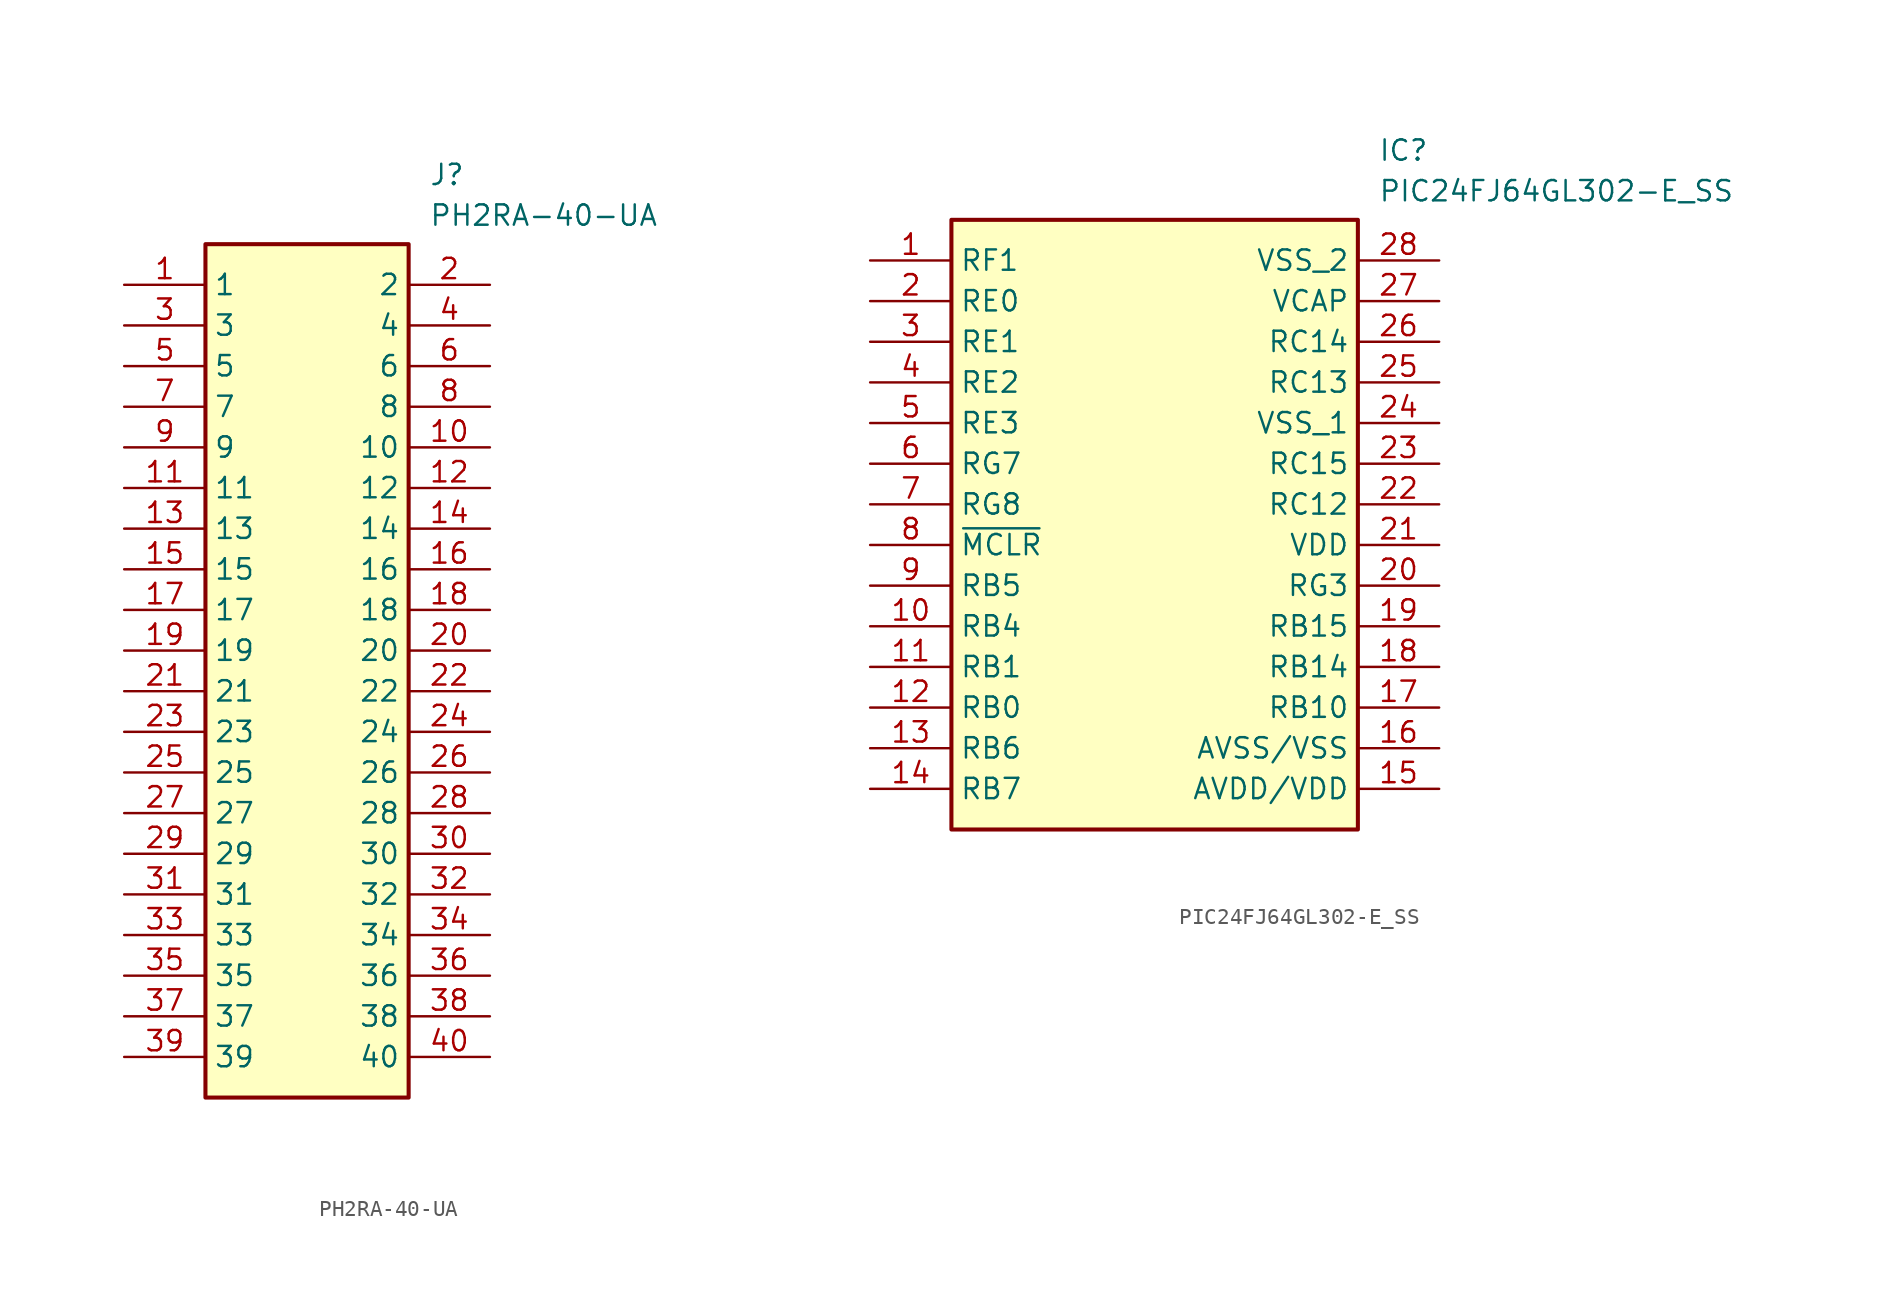
<source format=kicad_sym>
(kicad_symbol_lib
  (version 20231120)
  (generator "kicad_symbol_editor")
  (generator_version "8.0")
  (symbol "PH2RA-40-UA"
    (property "Reference" "J"
      (at 19.05 7.62 0)
      (effects (font (size 1.27 1.27)) (justify left top)))
    (property "Value" "PH2RA-40-UA"
      (at 19.05 5.08 0)
      (effects (font (size 1.27 1.27)) (justify left top)))
    (symbol "PH2RA-40-UA_1_1"
      (rectangle (start 5.08 2.54) (end 17.78 -50.8) (stroke (width 0.254) (type default)) (fill (type background)))
      (pin passive line (at 0 0 0) (length 5.08) (name "1" (effects (font (size 1.27 1.27)))) (number "1" (effects (font (size 1.27 1.27)))))
      (pin passive line (at 22.86 -10.16 180) (length 5.08) (name "10" (effects (font (size 1.27 1.27)))) (number "10" (effects (font (size 1.27 1.27)))))
      (pin passive line (at 0 -12.7 0) (length 5.08) (name "11" (effects (font (size 1.27 1.27)))) (number "11" (effects (font (size 1.27 1.27)))))
      (pin passive line (at 22.86 -12.7 180) (length 5.08) (name "12" (effects (font (size 1.27 1.27)))) (number "12" (effects (font (size 1.27 1.27)))))
      (pin passive line (at 0 -15.24 0) (length 5.08) (name "13" (effects (font (size 1.27 1.27)))) (number "13" (effects (font (size 1.27 1.27)))))
      (pin passive line (at 22.86 -15.24 180) (length 5.08) (name "14" (effects (font (size 1.27 1.27)))) (number "14" (effects (font (size 1.27 1.27)))))
      (pin passive line (at 0 -17.78 0) (length 5.08) (name "15" (effects (font (size 1.27 1.27)))) (number "15" (effects (font (size 1.27 1.27)))))
      (pin passive line (at 22.86 -17.78 180) (length 5.08) (name "16" (effects (font (size 1.27 1.27)))) (number "16" (effects (font (size 1.27 1.27)))))
      (pin passive line (at 0 -20.32 0) (length 5.08) (name "17" (effects (font (size 1.27 1.27)))) (number "17" (effects (font (size 1.27 1.27)))))
      (pin passive line (at 22.86 -20.32 180) (length 5.08) (name "18" (effects (font (size 1.27 1.27)))) (number "18" (effects (font (size 1.27 1.27)))))
      (pin passive line (at 0 -22.86 0) (length 5.08) (name "19" (effects (font (size 1.27 1.27)))) (number "19" (effects (font (size 1.27 1.27)))))
      (pin passive line (at 22.86 0 180) (length 5.08) (name "2" (effects (font (size 1.27 1.27)))) (number "2" (effects (font (size 1.27 1.27)))))
      (pin passive line (at 22.86 -22.86 180) (length 5.08) (name "20" (effects (font (size 1.27 1.27)))) (number "20" (effects (font (size 1.27 1.27)))))
      (pin passive line (at 0 -25.4 0) (length 5.08) (name "21" (effects (font (size 1.27 1.27)))) (number "21" (effects (font (size 1.27 1.27)))))
      (pin passive line (at 22.86 -25.4 180) (length 5.08) (name "22" (effects (font (size 1.27 1.27)))) (number "22" (effects (font (size 1.27 1.27)))))
      (pin passive line (at 0 -27.94 0) (length 5.08) (name "23" (effects (font (size 1.27 1.27)))) (number "23" (effects (font (size 1.27 1.27)))))
      (pin passive line (at 22.86 -27.94 180) (length 5.08) (name "24" (effects (font (size 1.27 1.27)))) (number "24" (effects (font (size 1.27 1.27)))))
      (pin passive line (at 0 -30.48 0) (length 5.08) (name "25" (effects (font (size 1.27 1.27)))) (number "25" (effects (font (size 1.27 1.27)))))
      (pin passive line (at 22.86 -30.48 180) (length 5.08) (name "26" (effects (font (size 1.27 1.27)))) (number "26" (effects (font (size 1.27 1.27)))))
      (pin passive line (at 0 -33.02 0) (length 5.08) (name "27" (effects (font (size 1.27 1.27)))) (number "27" (effects (font (size 1.27 1.27)))))
      (pin passive line (at 22.86 -33.02 180) (length 5.08) (name "28" (effects (font (size 1.27 1.27)))) (number "28" (effects (font (size 1.27 1.27)))))
      (pin passive line (at 0 -35.56 0) (length 5.08) (name "29" (effects (font (size 1.27 1.27)))) (number "29" (effects (font (size 1.27 1.27)))))
      (pin passive line (at 0 -2.54 0) (length 5.08) (name "3" (effects (font (size 1.27 1.27)))) (number "3" (effects (font (size 1.27 1.27)))))
      (pin passive line (at 22.86 -35.56 180) (length 5.08) (name "30" (effects (font (size 1.27 1.27)))) (number "30" (effects (font (size 1.27 1.27)))))
      (pin passive line (at 0 -38.1 0) (length 5.08) (name "31" (effects (font (size 1.27 1.27)))) (number "31" (effects (font (size 1.27 1.27)))))
      (pin passive line (at 22.86 -38.1 180) (length 5.08) (name "32" (effects (font (size 1.27 1.27)))) (number "32" (effects (font (size 1.27 1.27)))))
      (pin passive line (at 0 -40.64 0) (length 5.08) (name "33" (effects (font (size 1.27 1.27)))) (number "33" (effects (font (size 1.27 1.27)))))
      (pin passive line (at 22.86 -40.64 180) (length 5.08) (name "34" (effects (font (size 1.27 1.27)))) (number "34" (effects (font (size 1.27 1.27)))))
      (pin passive line (at 0 -43.18 0) (length 5.08) (name "35" (effects (font (size 1.27 1.27)))) (number "35" (effects (font (size 1.27 1.27)))))
      (pin passive line (at 22.86 -43.18 180) (length 5.08) (name "36" (effects (font (size 1.27 1.27)))) (number "36" (effects (font (size 1.27 1.27)))))
      (pin passive line (at 0 -45.72 0) (length 5.08) (name "37" (effects (font (size 1.27 1.27)))) (number "37" (effects (font (size 1.27 1.27)))))
      (pin passive line (at 22.86 -45.72 180) (length 5.08) (name "38" (effects (font (size 1.27 1.27)))) (number "38" (effects (font (size 1.27 1.27)))))
      (pin passive line (at 0 -48.26 0) (length 5.08) (name "39" (effects (font (size 1.27 1.27)))) (number "39" (effects (font (size 1.27 1.27)))))
      (pin passive line (at 22.86 -2.54 180) (length 5.08) (name "4" (effects (font (size 1.27 1.27)))) (number "4" (effects (font (size 1.27 1.27)))))
      (pin passive line (at 22.86 -48.26 180) (length 5.08) (name "40" (effects (font (size 1.27 1.27)))) (number "40" (effects (font (size 1.27 1.27)))))
      (pin passive line (at 0 -5.08 0) (length 5.08) (name "5" (effects (font (size 1.27 1.27)))) (number "5" (effects (font (size 1.27 1.27)))))
      (pin passive line (at 22.86 -5.08 180) (length 5.08) (name "6" (effects (font (size 1.27 1.27)))) (number "6" (effects (font (size 1.27 1.27)))))
      (pin passive line (at 0 -7.62 0) (length 5.08) (name "7" (effects (font (size 1.27 1.27)))) (number "7" (effects (font (size 1.27 1.27)))))
      (pin passive line (at 22.86 -7.62 180) (length 5.08) (name "8" (effects (font (size 1.27 1.27)))) (number "8" (effects (font (size 1.27 1.27)))))
      (pin passive line (at 0 -10.16 0) (length 5.08) (name "9" (effects (font (size 1.27 1.27)))) (number "9" (effects (font (size 1.27 1.27)))))))
  (symbol "PIC24FJ64GL302-E_SS"
    (property "Reference" "IC"
      (at 31.75 7.62 0)
      (effects (font (size 1.27 1.27)) (justify left top)))
    (property "Value" "PIC24FJ64GL302-E_SS"
      (at 31.75 5.08 0)
      (effects (font (size 1.27 1.27)) (justify left top)))
    (symbol "PIC24FJ64GL302-E_SS_1_1"
      (rectangle (start 5.08 2.54) (end 30.48 -35.56) (stroke (width 0.254) (type default)) (fill (type background)))
      (pin passive line (at 0 0 0) (length 5.08) (name "RF1" (effects (font (size 1.27 1.27)))) (number "1" (effects (font (size 1.27 1.27)))))
      (pin passive line (at 0 -22.86 0) (length 5.08) (name "RB4" (effects (font (size 1.27 1.27)))) (number "10" (effects (font (size 1.27 1.27)))))
      (pin passive line (at 0 -25.4 0) (length 5.08) (name "RB1" (effects (font (size 1.27 1.27)))) (number "11" (effects (font (size 1.27 1.27)))))
      (pin passive line (at 0 -27.94 0) (length 5.08) (name "RB0" (effects (font (size 1.27 1.27)))) (number "12" (effects (font (size 1.27 1.27)))))
      (pin passive line (at 0 -30.48 0) (length 5.08) (name "RB6" (effects (font (size 1.27 1.27)))) (number "13" (effects (font (size 1.27 1.27)))))
      (pin passive line (at 0 -33.02 0) (length 5.08) (name "RB7" (effects (font (size 1.27 1.27)))) (number "14" (effects (font (size 1.27 1.27)))))
      (pin passive line (at 35.56 -33.02 180) (length 5.08) (name "AVDD/VDD" (effects (font (size 1.27 1.27)))) (number "15" (effects (font (size 1.27 1.27)))))
      (pin passive line (at 35.56 -30.48 180) (length 5.08) (name "AVSS/VSS" (effects (font (size 1.27 1.27)))) (number "16" (effects (font (size 1.27 1.27)))))
      (pin passive line (at 35.56 -27.94 180) (length 5.08) (name "RB10" (effects (font (size 1.27 1.27)))) (number "17" (effects (font (size 1.27 1.27)))))
      (pin passive line (at 35.56 -25.4 180) (length 5.08) (name "RB14" (effects (font (size 1.27 1.27)))) (number "18" (effects (font (size 1.27 1.27)))))
      (pin passive line (at 35.56 -22.86 180) (length 5.08) (name "RB15" (effects (font (size 1.27 1.27)))) (number "19" (effects (font (size 1.27 1.27)))))
      (pin passive line (at 0 -2.54 0) (length 5.08) (name "RE0" (effects (font (size 1.27 1.27)))) (number "2" (effects (font (size 1.27 1.27)))))
      (pin passive line (at 35.56 -20.32 180) (length 5.08) (name "RG3" (effects (font (size 1.27 1.27)))) (number "20" (effects (font (size 1.27 1.27)))))
      (pin passive line (at 35.56 -17.78 180) (length 5.08) (name "VDD" (effects (font (size 1.27 1.27)))) (number "21" (effects (font (size 1.27 1.27)))))
      (pin passive line (at 35.56 -15.24 180) (length 5.08) (name "RC12" (effects (font (size 1.27 1.27)))) (number "22" (effects (font (size 1.27 1.27)))))
      (pin passive line (at 35.56 -12.7 180) (length 5.08) (name "RC15" (effects (font (size 1.27 1.27)))) (number "23" (effects (font (size 1.27 1.27)))))
      (pin passive line (at 35.56 -10.16 180) (length 5.08) (name "VSS_1" (effects (font (size 1.27 1.27)))) (number "24" (effects (font (size 1.27 1.27)))))
      (pin passive line (at 35.56 -7.62 180) (length 5.08) (name "RC13" (effects (font (size 1.27 1.27)))) (number "25" (effects (font (size 1.27 1.27)))))
      (pin passive line (at 35.56 -5.08 180) (length 5.08) (name "RC14" (effects (font (size 1.27 1.27)))) (number "26" (effects (font (size 1.27 1.27)))))
      (pin passive line (at 35.56 -2.54 180) (length 5.08) (name "VCAP" (effects (font (size 1.27 1.27)))) (number "27" (effects (font (size 1.27 1.27)))))
      (pin passive line (at 35.56 0 180) (length 5.08) (name "VSS_2" (effects (font (size 1.27 1.27)))) (number "28" (effects (font (size 1.27 1.27)))))
      (pin passive line (at 0 -5.08 0) (length 5.08) (name "RE1" (effects (font (size 1.27 1.27)))) (number "3" (effects (font (size 1.27 1.27)))))
      (pin passive line (at 0 -7.62 0) (length 5.08) (name "RE2" (effects (font (size 1.27 1.27)))) (number "4" (effects (font (size 1.27 1.27)))))
      (pin passive line (at 0 -10.16 0) (length 5.08) (name "RE3" (effects (font (size 1.27 1.27)))) (number "5" (effects (font (size 1.27 1.27)))))
      (pin passive line (at 0 -12.7 0) (length 5.08) (name "RG7" (effects (font (size 1.27 1.27)))) (number "6" (effects (font (size 1.27 1.27)))))
      (pin passive line (at 0 -15.24 0) (length 5.08) (name "RG8" (effects (font (size 1.27 1.27)))) (number "7" (effects (font (size 1.27 1.27)))))
      (pin passive line (at 0 -17.78 0) (length 5.08) (name "~{MCLR}" (effects (font (size 1.27 1.27)))) (number "8" (effects (font (size 1.27 1.27)))))
      (pin passive line (at 0 -20.32 0) (length 5.08) (name "RB5" (effects (font (size 1.27 1.27)))) (number "9" (effects (font (size 1.27 1.27))))))))
</source>
